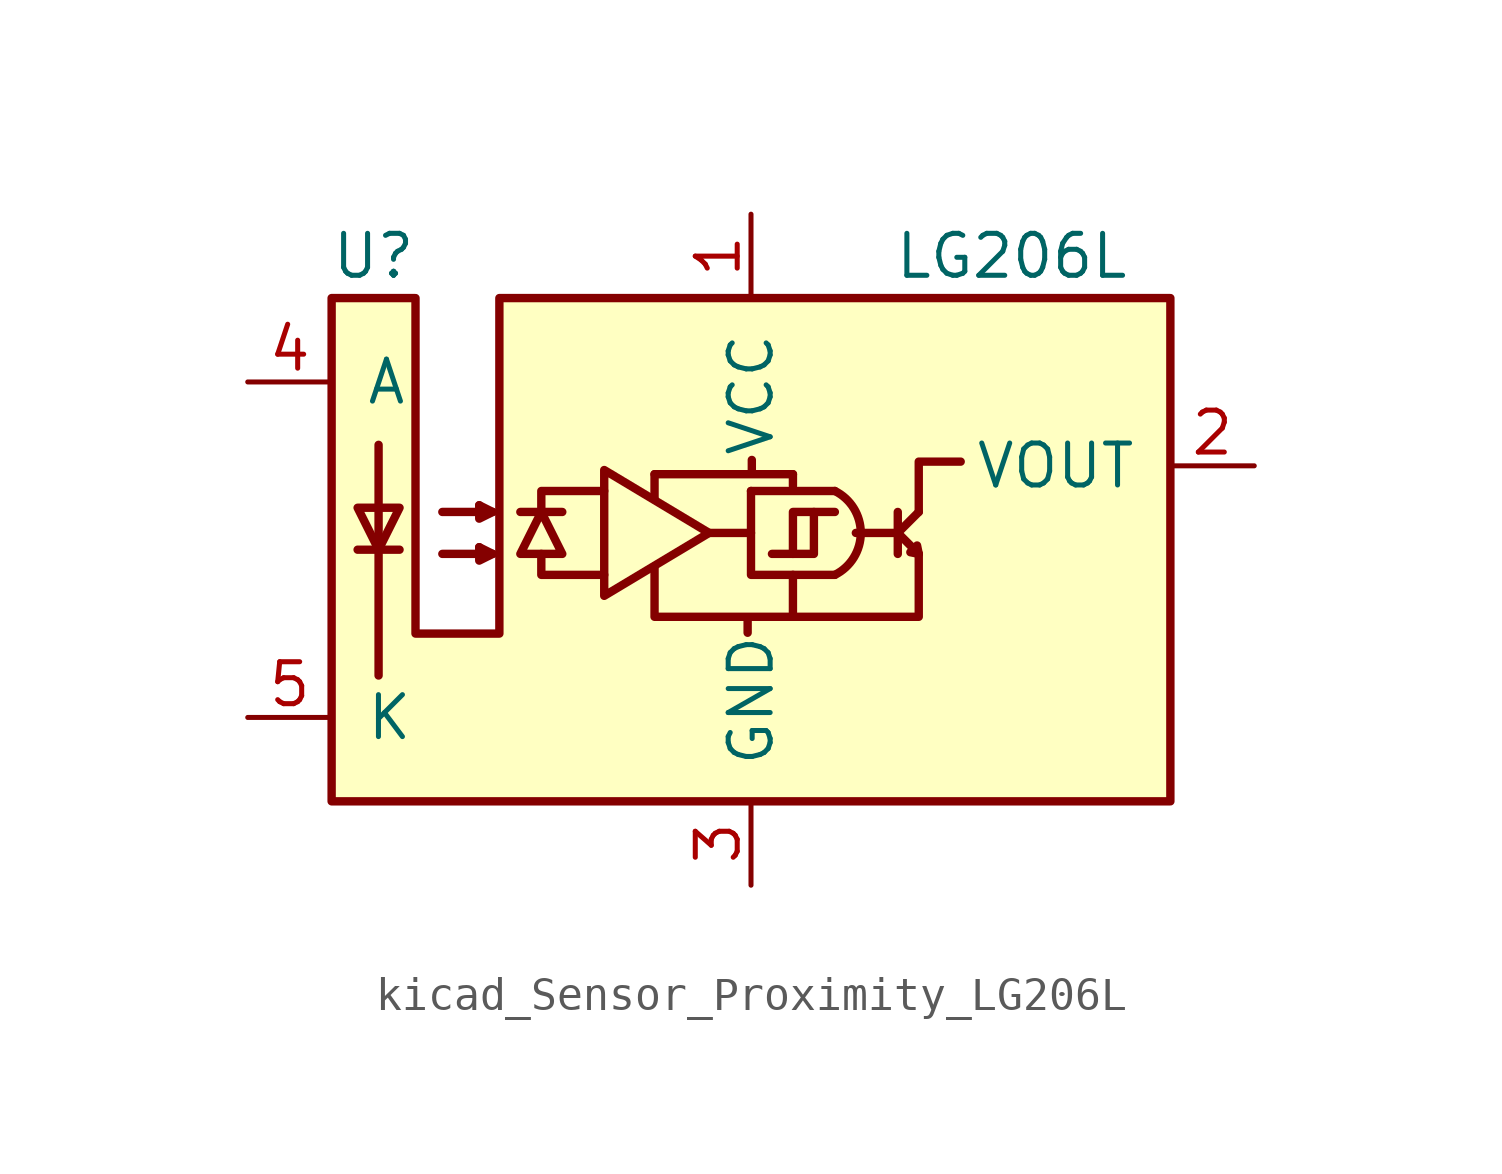
<source format=kicad_sym>
(kicad_symbol_lib
  (version 20220914)
  (generator kicad_symbol_editor)
  (symbol "kicad_Sensor_Proximity_LG206L"
    (pin_names
      (offset 1.016))
    (property "Reference" "U"
      (at -11.43 8.89 0)
      (effects (font (size 1.27 1.27))))
    (property "Value" "LG206L"
      (at 4.318 8.89 0)
      (effects (font (size 1.27 1.27)) (justify left)))
    (symbol "kicad_Sensor_Proximity_LG206L_0_1"
      (polyline (pts (xy -11.913 0) (xy -10.643 0)) (stroke (width 0.254) (type default)) (fill (type none)))
      (polyline (pts (xy -11.278 -3.81) (xy -11.278 3.175)) (stroke (width 0.254) (type default)) (fill (type none)))
      (polyline (pts (xy -6.985 1.143) (xy -5.715 1.143)) (stroke (width 0.254) (type default)) (fill (type none)))
      (polyline (pts (xy -2.921 1.524) (xy -2.921 2.286)) (stroke (width 0.254) (type default)) (fill (type none)))
      (polyline (pts (xy -2.921 2.286) (xy 1.27 2.286)) (stroke (width 0.254) (type default)) (fill (type none)))
      (polyline (pts (xy -1.27 0.508) (xy 0 0.508)) (stroke (width 0.254) (type default)) (fill (type none)))
      (polyline (pts (xy -0.102 -2.515) (xy -0.102 -2.083)) (stroke (width 0.254) (type default)) (fill (type none)))
      (polyline (pts (xy 0 1.778) (xy 2.54 1.778)) (stroke (width 0.254) (type default)) (fill (type none)))
      (polyline (pts (xy 0.025 2.311) (xy 0.025 2.718)) (stroke (width 0.254) (type default)) (fill (type none)))
      (polyline (pts (xy 1.27 1.93) (xy 1.27 2.286)) (stroke (width 0.254) (type default)) (fill (type none)))
      (polyline (pts (xy 3.175 0.508) (xy 4.445 0.508)) (stroke (width 0.254) (type default)) (fill (type none)))
      (polyline (pts (xy 4.445 0.508) (xy 5.08 -0.127)) (stroke (width 0.254) (type default)) (fill (type none)))
      (polyline (pts (xy 4.445 0.508) (xy 5.08 1.143)) (stroke (width 0.254) (type default)) (fill (type none)))
      (polyline (pts (xy 4.445 1.143) (xy 4.445 -0.127)) (stroke (width 0.254) (type default)) (fill (type none)))
      (polyline (pts (xy -9.347 -0.127) (xy -7.823 -0.127) (xy -8.23 0.076)) (stroke (width 0.254) (type default)) (fill (type none)))
      (polyline (pts (xy -9.347 1.143) (xy -7.823 1.143) (xy -8.23 1.346)) (stroke (width 0.254) (type default)) (fill (type none)))
      (polyline (pts (xy -8.23 0.076) (xy -8.23 -0.33) (xy -7.823 -0.127)) (stroke (width 0.254) (type default)) (fill (type none)))
      (polyline (pts (xy -8.23 1.346) (xy -8.23 0.94) (xy -7.823 1.143)) (stroke (width 0.254) (type default)) (fill (type none)))
      (polyline (pts (xy -6.35 -0.127) (xy -6.35 -0.762) (xy -4.445 -0.762)) (stroke (width 0.254) (type default)) (fill (type none)))
      (polyline (pts (xy -6.35 1.143) (xy -6.35 1.778) (xy -4.445 1.778)) (stroke (width 0.254) (type default)) (fill (type none)))
      (polyline (pts (xy 0 1.778) (xy 0 -0.762) (xy 2.54 -0.762)) (stroke (width 0.254) (type default)) (fill (type none)))
      (polyline (pts (xy 1.27 -2.032) (xy -2.921 -2.032) (xy -2.921 -0.508)) (stroke (width 0.254) (type default)) (fill (type none)))
      (polyline (pts (xy 1.905 1.143) (xy 1.27 1.143) (xy 1.27 -0.127)) (stroke (width 0.254) (type default)) (fill (type none)))
      (polyline (pts (xy 5.08 1.143) (xy 5.08 2.667) (xy 6.35 2.667)) (stroke (width 0.254) (type default)) (fill (type none)))
      (polyline (pts (xy -11.913 1.27) (xy -10.643 1.27) (xy -11.278 0) (xy -11.913 1.27)) (stroke (width 0.254) (type default)) (fill (type none)))
      (polyline (pts (xy -6.985 -0.127) (xy -5.715 -0.127) (xy -6.35 1.143) (xy -6.985 -0.127)) (stroke (width 0.254) (type default)) (fill (type none)))
      (polyline (pts (xy -4.445 2.413) (xy -4.445 -1.397) (xy -1.27 0.508) (xy -4.445 2.413)) (stroke (width 0.254) (type default)) (fill (type none)))
      (polyline (pts (xy 0.635 -0.127) (xy 1.905 -0.127) (xy 1.905 1.143) (xy 2.54 1.143)) (stroke (width 0.254) (type default)) (fill (type none)))
      (polyline (pts (xy 1.27 -0.762) (xy 1.27 -2.032) (xy 5.08 -2.032) (xy 5.08 -0.127)) (stroke (width 0.254) (type default)) (fill (type none)))
      (polyline (pts (xy 5.08 -0.127) (xy 4.826 -0.076) (xy 5.029 0.127) (xy 5.08 -0.127)) (stroke (width 0.254) (type default)) (fill (type none)))
      (polyline (pts (xy -12.7 -7.62) (xy 12.7 -7.62) (xy 12.7 7.62) (xy -7.62 7.62) (xy -7.62 -2.54) (xy -10.16 -2.54) (xy -10.16 7.62) (xy -12.7 7.62) (xy -12.7 -7.62)) (stroke (width 0.254) (type default)) (fill (type background)))
      (arc (start 2.54 -0.762) (mid 3.3249 0.508) (end 2.54 1.778) (stroke (width 0.254) (type default)) (fill (type none))))
    (symbol "kicad_Sensor_Proximity_LG206L_1_1"
      (pin power_in line (at 0 10.16 270) (length 2.54) (name "VCC" (effects (font (size 1.27 1.27)))) (number "1" (effects (font (size 1.27 1.27)))))
      (pin open_collector line (at 15.24 2.54 180) (length 2.54) (name "VOUT" (effects (font (size 1.27 1.27)))) (number "2" (effects (font (size 1.27 1.27)))))
      (pin power_in line (at 0 -10.16 90) (length 2.54) (name "GND" (effects (font (size 1.27 1.27)))) (number "3" (effects (font (size 1.27 1.27)))))
      (pin passive line (at -15.24 5.08 0) (length 2.54) (name "A" (effects (font (size 1.27 1.27)))) (number "4" (effects (font (size 1.27 1.27)))))
      (pin passive line (at -15.24 -5.08 0) (length 2.54) (name "K" (effects (font (size 1.27 1.27)))) (number "5" (effects (font (size 1.27 1.27))))))))
</source>
